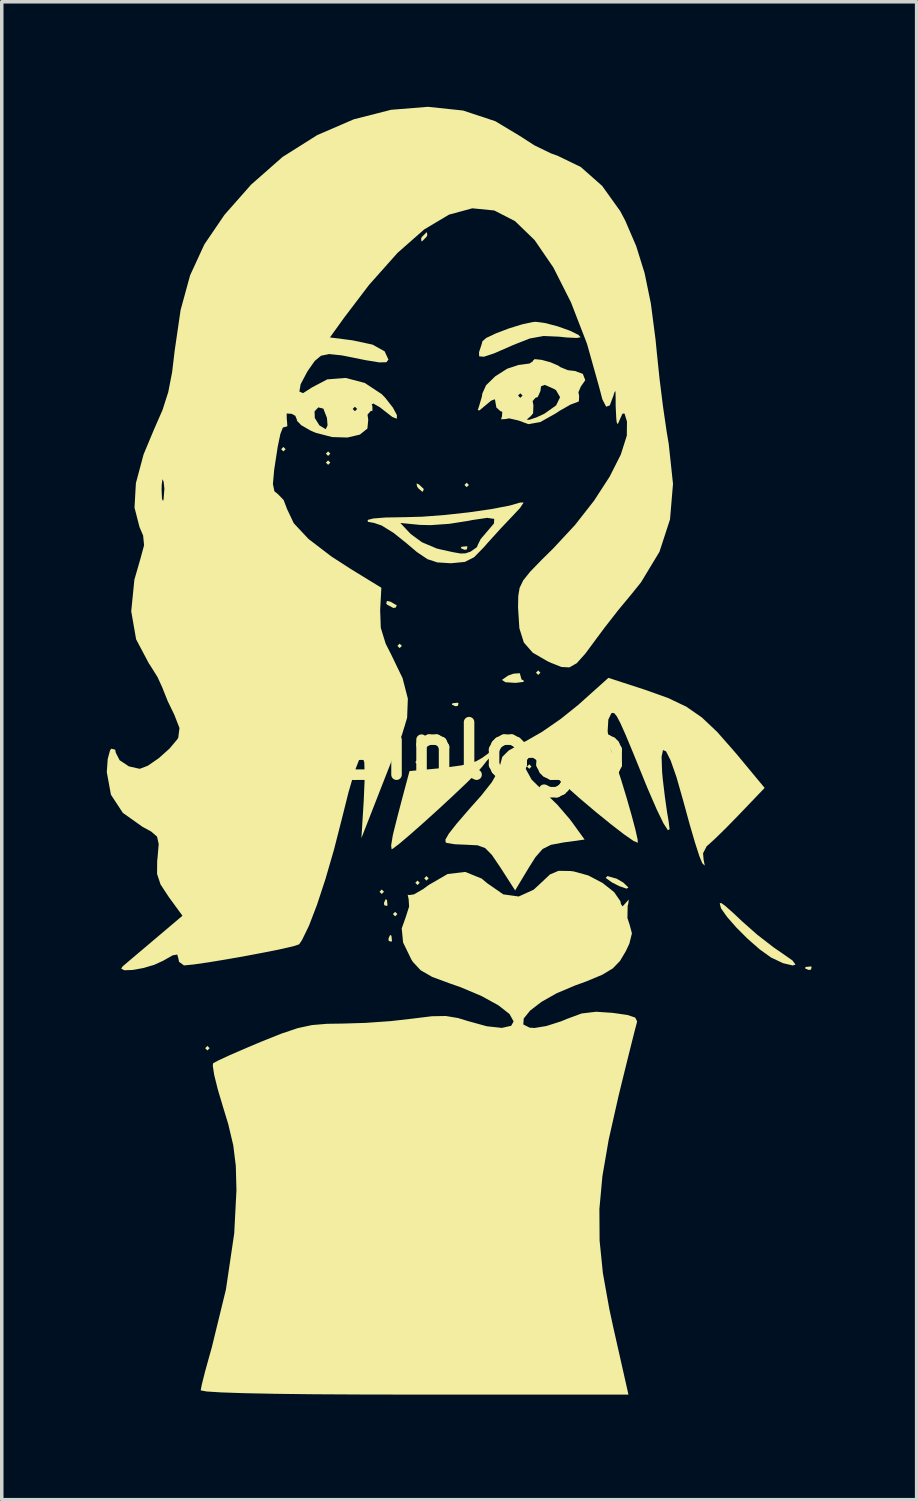
<source format=kicad_pcb>
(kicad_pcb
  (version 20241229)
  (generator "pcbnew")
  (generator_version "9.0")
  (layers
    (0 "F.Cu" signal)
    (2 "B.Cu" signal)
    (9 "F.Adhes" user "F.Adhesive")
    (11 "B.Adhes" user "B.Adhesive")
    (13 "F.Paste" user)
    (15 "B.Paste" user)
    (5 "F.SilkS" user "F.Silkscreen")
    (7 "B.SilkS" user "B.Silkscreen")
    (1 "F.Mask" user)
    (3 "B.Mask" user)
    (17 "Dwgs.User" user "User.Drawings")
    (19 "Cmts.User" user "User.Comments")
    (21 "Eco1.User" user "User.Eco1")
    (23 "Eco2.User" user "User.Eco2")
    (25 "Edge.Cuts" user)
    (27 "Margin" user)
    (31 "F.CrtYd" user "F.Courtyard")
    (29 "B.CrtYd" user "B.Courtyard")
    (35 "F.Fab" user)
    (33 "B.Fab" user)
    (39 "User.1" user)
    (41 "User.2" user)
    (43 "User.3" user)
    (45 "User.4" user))
  (footprint "mainlogo"
    (layer "F.Cu")
    (at 9.701 18.392)
    (property "Reference" "mainlogo" (at 0 0 0) (layer "F.SilkS") (effects (font (size 1.5 1.5) (thickness 0.3))))
    (attr board_only exclude_from_pos_files exclude_from_bom)
    (fp_poly (pts (xy -6.765 8.488) (xy -6.829 8.552) (xy -6.892 8.488) (xy -6.829 8.424)) (stroke (width 0) (type solid)) (fill yes) (layer "F.SilkS"))
    (fp_poly (pts (xy -4.595 -8.616) (xy -4.659 -8.552) (xy -4.723 -8.616) (xy -4.659 -8.679)) (stroke (width 0) (type solid)) (fill yes) (layer "F.SilkS"))
    (fp_poly (pts (xy -3.319 -8.488) (xy -3.382 -8.424) (xy -3.446 -8.488) (xy -3.382 -8.552)) (stroke (width 0) (type solid)) (fill yes) (layer "F.SilkS"))
    (fp_poly (pts (xy -3.319 -8.233) (xy -3.382 -8.169) (xy -3.446 -8.233) (xy -3.382 -8.296)) (stroke (width 0) (type solid)) (fill yes) (layer "F.SilkS"))
    (fp_poly (pts (xy -1.787 4.021) (xy -1.851 4.084) (xy -1.915 4.021) (xy -1.851 3.957)) (stroke (width 0) (type solid)) (fill yes) (layer "F.SilkS"))
    (fp_poly (pts (xy -1.404 4.659) (xy -1.468 4.723) (xy -1.532 4.659) (xy -1.468 4.595)) (stroke (width 0) (type solid)) (fill yes) (layer "F.SilkS"))
    (fp_poly (pts (xy -1.276 -2.999) (xy -1.34 -2.936) (xy -1.404 -2.999) (xy -1.34 -3.063)) (stroke (width 0) (type solid)) (fill yes) (layer "F.SilkS"))
    (fp_poly (pts (xy -0.766 0.319) (xy -0.83 0.383) (xy -0.893 0.319) (xy -0.83 0.255)) (stroke (width 0) (type solid)) (fill yes) (layer "F.SilkS"))
    (fp_poly (pts (xy -0.766 3.765) (xy -0.83 3.829) (xy -0.893 3.765) (xy -0.83 3.702)) (stroke (width 0) (type solid)) (fill yes) (layer "F.SilkS"))
    (fp_poly (pts (xy -0.511 3.638) (xy -0.574 3.702) (xy -0.638 3.638) (xy -0.574 3.574)) (stroke (width 0) (type solid)) (fill yes) (layer "F.SilkS"))
    (fp_poly (pts (xy 0.638 -7.594) (xy 0.574 -7.531) (xy 0.511 -7.594) (xy 0.574 -7.658)) (stroke (width 0) (type solid)) (fill yes) (layer "F.SilkS"))
    (fp_poly (pts (xy 0.766 0.191) (xy 0.702 0.255) (xy 0.638 0.191) (xy 0.702 0.128)) (stroke (width 0) (type solid)) (fill yes) (layer "F.SilkS"))
    (fp_poly (pts (xy 2.425 0.447) (xy 2.361 0.511) (xy 2.297 0.447) (xy 2.361 0.383)) (stroke (width 0) (type solid)) (fill yes) (layer "F.SilkS"))
    (fp_poly (pts (xy 2.68 -2.234) (xy 2.617 -2.17) (xy 2.553 -2.234) (xy 2.617 -2.297)) (stroke (width 0) (type solid)) (fill yes) (layer "F.SilkS"))
    (fp_poly (pts (xy -1.702 4.255) (xy -1.687 4.406) (xy -1.702 4.425) (xy -1.778 4.407) (xy -1.787 4.34) (xy -1.74 4.235)) (stroke (width 0) (type solid)) (fill yes) (layer "F.SilkS"))
    (fp_poly (pts (xy -1.574 5.276) (xy -1.559 5.427) (xy -1.574 5.446) (xy -1.65 5.428) (xy -1.659 5.361) (xy -1.613 5.256)) (stroke (width 0) (type solid)) (fill yes) (layer "F.SilkS"))
    (fp_poly (pts (xy 0.34 -1.361) (xy 0.323 -1.286) (xy 0.255 -1.276) (xy 0.15 -1.323) (xy 0.17 -1.361) (xy 0.322 -1.377)) (stroke (width 0) (type solid)) (fill yes) (layer "F.SilkS"))
    (fp_poly (pts (xy 0.596 -5.829) (xy 0.578 -5.753) (xy 0.511 -5.744) (xy 0.405 -5.79) (xy 0.425 -5.829) (xy 0.577 -5.844)) (stroke (width 0) (type solid)) (fill yes) (layer "F.SilkS"))
    (fp_poly (pts (xy 10.424 6.169) (xy 10.406 6.245) (xy 10.339 6.254) (xy 10.234 6.208) (xy 10.254 6.169) (xy 10.405 6.154)) (stroke (width 0) (type solid)) (fill yes) (layer "F.SilkS"))
    (fp_poly (pts (xy -1.602 -4.261) (xy -1.422 -4.158) (xy -1.453 -4.091) (xy -1.524 -4.084) (xy -1.697 -4.177) (xy -1.722 -4.211) (xy -1.702 -4.283)) (stroke (width 0) (type solid)) (fill yes) (layer "F.SilkS"))
    (fp_poly (pts (xy -0.786 -7.607) (xy -0.649 -7.478) (xy -0.677 -7.404) (xy -0.694 -7.403) (xy -0.802 -7.494) (xy -0.842 -7.55) (xy -0.857 -7.638)) (stroke (width 0) (type solid)) (fill yes) (layer "F.SilkS"))
    (fp_poly (pts (xy -0.551 -14.724) (xy -0.574 -14.678) (xy -0.695 -14.556) (xy -0.717 -14.551) (xy -0.726 -14.633) (xy -0.702 -14.678) (xy -0.582 -14.8) (xy -0.559 -14.806)) (stroke (width 0) (type solid)) (fill yes) (layer "F.SilkS"))
    (fp_poly (pts (xy 4.857 3.648) (xy 5.049 3.761) (xy 5.193 3.9) (xy 5.141 3.933) (xy 4.932 3.861) (xy 4.723 3.755) (xy 4.544 3.627) (xy 4.591 3.576) (xy 4.602 3.576)) (stroke (width 0) (type solid)) (fill yes) (layer "F.SilkS"))
    (fp_poly (pts (xy 2.105 -2.169) (xy 2.14 -2.042) (xy 2.201 -2.01) (xy 2.203 -1.972) (xy 2.001 -1.946) (xy 1.944 -1.944) (xy 1.681 -1.962) (xy 1.587 -2.024) (xy 1.591 -2.035) (xy 1.756 -2.15) (xy 1.913 -2.206) (xy 2.09 -2.219)) (stroke (width 0) (type solid)) (fill yes) (layer "F.SilkS"))
    (fp_poly (pts (xy 7.952 4.421) (xy 8.191 4.632) (xy 8.446 4.872) (xy 8.869 5.246) (xy 9.336 5.608) (xy 9.566 5.766) (xy 9.878 5.984) (xy 9.964 6.101) (xy 9.885 6.126) (xy 9.608 6.061) (xy 9.274 5.903) (xy 9.254 5.891) (xy 8.939 5.664) (xy 8.601 5.368) (xy 8.278 5.046) (xy 8.011 4.741) (xy 7.838 4.497) (xy 7.8 4.357) (xy 7.839 4.34)) (stroke (width 0) (type solid)) (fill yes) (layer "F.SilkS"))
    (fp_poly (pts (xy 2.828 -12.215) (xy 3.181 -12.121) (xy 3.522 -11.999) (xy 3.764 -11.881) (xy 3.829 -11.811) (xy 3.715 -11.792) (xy 3.425 -11.806) (xy 3.206 -11.829) (xy 2.771 -11.848) (xy 2.374 -11.776) (xy 1.894 -11.587) (xy 1.85 -11.567) (xy 1.361 -11.353) (xy 1.065 -11.255) (xy 0.931 -11.268) (xy 0.927 -11.386) (xy 0.944 -11.434) (xy 1.011 -11.64) (xy 1.021 -11.694) (xy 1.131 -11.791) (xy 1.41 -11.923) (xy 1.778 -12.063) (xy 2.156 -12.18) (xy 2.465 -12.247) (xy 2.548 -12.253)) (stroke (width 0) (type solid)) (fill yes) (layer "F.SilkS"))
    (fp_poly (pts (xy 1.38 0.056) (xy 1.333 0.098) (xy 1.158 0.271) (xy 1.014 0.455) (xy 0.863 0.624) (xy 0.579 0.906) (xy 0.203 1.263) (xy -0.221 1.656) (xy -0.65 2.044) (xy -1.042 2.39) (xy -1.352 2.653) (xy -1.538 2.794) (xy -1.569 2.808) (xy -1.582 2.699) (xy -1.538 2.427) (xy -1.516 2.329) (xy -1.41 1.907) (xy -1.279 1.405) (xy -1.228 1.213) (xy -1.057 0.574) (xy -0.138 0.491) (xy 0.431 0.412) (xy 0.844 0.296) (xy 1.007 0.204) (xy 1.229 0.045) (xy 1.35 0.002)) (stroke (width 0) (type solid)) (fill yes) (layer "F.SilkS"))
    (fp_poly (pts (xy 2.099 -6.938) (xy 1.915 -6.74) (xy 1.544 -6.349) (xy 1.166 -5.932) (xy 1.071 -5.822) (xy 0.787 -5.531) (xy 0.522 -5.397) (xy 0.153 -5.361) (xy 0.086 -5.361) (xy -0.263 -5.383) (xy -0.545 -5.475) (xy -0.849 -5.68) (xy -1.149 -5.935) (xy -1.518 -6.229) (xy -1.852 -6.436) (xy -2.065 -6.509) (xy -1.32 -6.509) (xy -1.024 -6.194) (xy -0.703 -5.959) (xy -0.288 -5.783) (xy -0.205 -5.761) (xy 0.184 -5.675) (xy 0.404 -5.637) (xy 0.536 -5.641) (xy 0.659 -5.681) (xy 0.692 -5.694) (xy 0.867 -5.818) (xy 0.893 -5.885) (xy 0.975 -6.05) (xy 1.149 -6.254) (xy 1.353 -6.494) (xy 1.362 -6.625) (xy 1.161 -6.655) (xy 0.736 -6.593) (xy 0.606 -6.567) (xy 0.074 -6.484) (xy -0.457 -6.447) (xy -0.756 -6.454) (xy -1.32 -6.509) (xy -2.065 -6.509) (xy -2.068 -6.51) (xy -2.247 -6.542) (xy -2.253 -6.596) (xy -2.092 -6.637) (xy -1.746 -6.665) (xy -1.289 -6.673) (xy -1.243 -6.673) (xy -0.69 -6.688) (xy -0.038 -6.738) (xy 0.642 -6.813) (xy 1.278 -6.905) (xy 1.796 -7.004) (xy 2.106 -7.093) (xy 2.201 -7.093)) (stroke (width 0) (type solid)) (fill yes) (layer "F.SilkS"))
    (fp_poly (pts (xy 2.715 -11.166) (xy 2.969 -11.097) (xy 3.188 -11.003) (xy 3.248 -10.96) (xy 3.464 -10.871) (xy 3.663 -10.849) (xy 3.891 -10.767) (xy 3.961 -10.586) (xy 3.835 -10.406) (xy 3.765 -10.24) (xy 3.785 -10.143) (xy 3.779 -9.982) (xy 3.721 -9.956) (xy 3.54 -9.889) (xy 3.244 -9.721) (xy 3.115 -9.637) (xy 2.676 -9.39) (xy 2.335 -9.331) (xy 2.054 -9.435) (xy 1.942 -9.461) (xy 2.288 -9.461) (xy 2.363 -9.455) (xy 2.568 -9.524) (xy 2.799 -9.632) (xy 3.129 -9.867) (xy 3.242 -10.1) (xy 3.127 -10.299) (xy 3.067 -10.337) (xy 2.807 -10.452) (xy 2.698 -10.412) (xy 2.68 -10.275) (xy 2.604 -10.105) (xy 2.539 -10.083) (xy 2.457 -9.989) (xy 2.48 -9.87) (xy 2.471 -9.64) (xy 2.398 -9.553) (xy 2.288 -9.461) (xy 1.942 -9.461) (xy 1.787 -9.496) (xy 1.682 -9.476) (xy 1.555 -9.469) (xy 1.582 -9.551) (xy 1.591 -9.684) (xy 1.539 -9.701) (xy 1.423 -9.805) (xy 1.404 -9.912) (xy 1.381 -10.041) (xy 1.272 -10.001) (xy 1.127 -9.88) (xy 0.937 -9.722) (xy 0.892 -9.734) (xy 0.936 -9.87) (xy 1.008 -10.114) (xy 1.013 -10.147) (xy 2.042 -10.147) (xy 2.106 -10.083) (xy 2.17 -10.147) (xy 2.106 -10.211) (xy 2.042 -10.147) (xy 1.013 -10.147) (xy 1.021 -10.203) (xy 1.128 -10.441) (xy 1.393 -10.699) (xy 1.732 -10.914) (xy 2.063 -11.023) (xy 2.103 -11.026) (xy 2.37 -11.062) (xy 2.47 -11.13) (xy 2.466 -11.142) (xy 2.516 -11.188)) (stroke (width 0) (type solid)) (fill yes) (layer "F.SilkS"))
    (fp_poly (pts (xy 5.661 -1.748) (xy 6.325 -1.511) (xy 6.845 -1.264) (xy 7.29 -0.956) (xy 7.73 -0.54) (xy 8.234 0.034) (xy 8.301 0.113) (xy 9.083 1.056) (xy 8.339 1.833) (xy 7.976 2.205) (xy 7.666 2.508) (xy 7.462 2.694) (xy 7.429 2.719) (xy 7.324 2.922) (xy 7.34 3.105) (xy 7.373 3.276) (xy 7.313 3.219) (xy 7.295 3.191) (xy 7.217 2.999) (xy 7.093 2.614) (xy 6.94 2.09) (xy 6.774 1.483) (xy 6.762 1.438) (xy 6.566 0.75) (xy 6.399 0.272) (xy 6.268 0.012) (xy 6.18 -0.025) (xy 6.14 0.169) (xy 6.155 0.601) (xy 6.175 0.816) (xy 6.234 1.307) (xy 6.297 1.754) (xy 6.336 1.978) (xy 6.369 2.236) (xy 6.321 2.264) (xy 6.196 2.072) (xy 6 1.668) (xy 5.738 1.064) (xy 5.624 0.785) (xy 5.332 0.067) (xy 5.118 -0.447) (xy 4.967 -0.787) (xy 4.863 -0.985) (xy 4.791 -1.075) (xy 4.734 -1.087) (xy 4.704 -1.073) (xy 4.619 -0.894) (xy 4.6 -0.569) (xy 4.646 -0.198) (xy 4.712 0.026) (xy 4.836 0.368) (xy 4.984 0.821) (xy 5.137 1.324) (xy 5.278 1.816) (xy 5.39 2.237) (xy 5.455 2.526) (xy 5.461 2.622) (xy 5.343 2.573) (xy 5.076 2.388) (xy 4.702 2.1) (xy 4.263 1.744) (xy 3.8 1.352) (xy 3.357 0.96) (xy 3.027 0.653) (xy 2.685 0.34) (xy 2.471 0.197) (xy 2.344 0.2) (xy 2.302 0.249) (xy 2.258 0.507) (xy 2.429 0.82) (xy 2.825 1.207) (xy 2.825 1.208) (xy 3.165 1.538) (xy 3.508 1.936) (xy 3.587 2.04) (xy 3.942 2.531) (xy 3.337 2.614) (xy 2.981 2.681) (xy 2.742 2.801) (xy 2.536 3.037) (xy 2.345 3.34) (xy 1.958 3.983) (xy 1.54 3.332) (xy 1.294 2.969) (xy 1.102 2.774) (xy 0.886 2.695) (xy 0.582 2.68) (xy 0.233 2.665) (xy 0.005 2.627) (xy -0.027 2.61) (xy -0.031 2.528) (xy 0.068 2.358) (xy 0.29 2.076) (xy 0.655 1.653) (xy 0.989 1.278) (xy 1.29 0.897) (xy 1.487 0.554) (xy 1.538 0.37) (xy 1.591 0.17) (xy 1.774 -0.011) (xy 2.137 -0.218) (xy 2.272 -0.284) (xy 2.729 -0.546) (xy 3.261 -0.914) (xy 3.759 -1.313) (xy 3.81 -1.359) (xy 4.621 -2.086)) (stroke (width 0) (type solid)) (fill yes) (layer "F.SilkS"))
    (fp_poly (pts (xy 3.532 3.429) (xy 3.631 3.441) (xy 4.044 3.555) (xy 4.453 3.769) (xy 4.784 4.031) (xy 4.965 4.292) (xy 4.98 4.373) (xy 5.027 4.439) (xy 5.116 4.34) (xy 5.203 4.243) (xy 5.189 4.364) (xy 5.171 4.431) (xy 5.165 4.773) (xy 5.23 4.971) (xy 5.293 5.208) (xy 5.22 5.503) (xy 5.121 5.714) (xy 4.952 5.998) (xy 4.747 6.21) (xy 4.447 6.391) (xy 3.991 6.581) (xy 3.677 6.695) (xy 3.145 6.919) (xy 2.706 7.168) (xy 2.384 7.417) (xy 2.204 7.64) (xy 2.191 7.81) (xy 2.371 7.902) (xy 2.511 7.911) (xy 2.848 7.856) (xy 3.271 7.721) (xy 3.437 7.652) (xy 3.857 7.497) (xy 4.269 7.448) (xy 4.748 7.48) (xy 5.171 7.541) (xy 5.386 7.614) (xy 5.441 7.72) (xy 5.431 7.771) (xy 5.38 7.962) (xy 5.281 8.354) (xy 5.146 8.896) (xy 4.987 9.54) (xy 4.902 9.892) (xy 4.629 11.103) (xy 4.45 12.144) (xy 4.364 13.081) (xy 4.37 13.981) (xy 4.464 14.911) (xy 4.648 15.937) (xy 4.755 16.433) (xy 5.194 18.38) (xy -0.913 18.38) (xy -2.453 18.377) (xy -3.783 18.37) (xy -4.894 18.357) (xy -5.781 18.339) (xy -6.435 18.317) (xy -6.849 18.291) (xy -7.017 18.26) (xy -7.02 18.254) (xy -6.986 18.082) (xy -6.897 17.728) (xy -6.767 17.258) (xy -6.706 17.043) (xy -6.3 15.379) (xy -6.063 13.778) (xy -5.999 12.54) (xy -6.018 11.848) (xy -6.09 11.262) (xy -6.234 10.655) (xy -6.378 10.182) (xy -6.531 9.67) (xy -6.635 9.251) (xy -6.676 8.984) (xy -6.665 8.919) (xy -6.516 8.838) (xy -6.183 8.684) (xy -5.72 8.483) (xy -5.309 8.31) (xy -4.704 8.068) (xy -4.244 7.914) (xy -3.842 7.828) (xy -3.414 7.792) (xy -2.985 7.786) (xy -2.319 7.766) (xy -1.594 7.715) (xy -0.97 7.644) (xy -0.421 7.576) (xy -0.022 7.569) (xy 0.327 7.627) (xy 0.59 7.708) (xy 1.148 7.862) (xy 1.579 7.909) (xy 1.845 7.849) (xy 1.915 7.724) (xy 1.798 7.513) (xy 1.479 7.263) (xy 0.999 6.999) (xy 0.402 6.747) (xy 0.101 6.642) (xy -0.41 6.453) (xy -0.741 6.262) (xy -0.961 6.025) (xy -1.004 5.958) (xy -1.241 5.47) (xy -1.28 5.067) (xy -1.165 4.745) (xy -1.069 4.444) (xy -1.082 4.238) (xy -1.11 4.104) (xy -1.074 4.117) (xy -0.932 4.097) (xy -0.671 3.947) (xy -0.506 3.826) (xy 0.03 3.515) (xy 0.535 3.455) (xy 1.002 3.645) (xy 1.165 3.781) (xy 1.62 4.096) (xy 2.06 4.157) (xy 2.486 3.963) (xy 2.676 3.788) (xy 2.952 3.528) (xy 3.196 3.424)) (stroke (width 0) (type solid)) (fill yes) (layer "F.SilkS"))
    (fp_poly (pts (xy 0.472 -18.286) (xy 1.395 -17.98) (xy 2.069 -17.575) (xy 2.507 -17.293) (xy 2.981 -17.062) (xy 3.167 -16.996) (xy 3.832 -16.674) (xy 4.443 -16.134) (xy 4.959 -15.414) (xy 5.102 -15.143) (xy 5.416 -14.413) (xy 5.655 -13.645) (xy 5.834 -12.774) (xy 5.969 -11.735) (xy 6.005 -11.364) (xy 6.082 -10.625) (xy 6.18 -9.837) (xy 6.285 -9.117) (xy 6.344 -8.766) (xy 6.466 -7.626) (xy 6.381 -6.611) (xy 6.079 -5.685) (xy 5.552 -4.813) (xy 5.273 -4.467) (xy 4.904 -4.022) (xy 4.507 -3.513) (xy 4.304 -3.24) (xy 3.964 -2.78) (xy 3.717 -2.504) (xy 3.507 -2.385) (xy 3.28 -2.397) (xy 2.98 -2.516) (xy 2.873 -2.566) (xy 2.46 -2.806) (xy 2.207 -3.096) (xy 2.079 -3.502) (xy 2.042 -4.088) (xy 2.042 -4.13) (xy 2.048 -4.427) (xy 2.086 -4.655) (xy 2.188 -4.868) (xy 2.386 -5.116) (xy 2.712 -5.453) (xy 3.048 -5.784) (xy 3.669 -6.452) (xy 4.213 -7.147) (xy 4.656 -7.83) (xy 4.975 -8.461) (xy 5.147 -9.002) (xy 5.152 -9.404) (xy 5.083 -9.632) (xy 5.024 -9.632) (xy 4.966 -9.504) (xy 4.888 -9.327) (xy 4.857 -9.389) (xy 4.845 -9.509) (xy 4.829 -9.846) (xy 4.828 -10.083) (xy 4.823 -10.279) (xy 4.79 -10.231) (xy 4.766 -10.147) (xy 4.661 -9.866) (xy 4.557 -9.829) (xy 4.449 -10.04) (xy 4.346 -10.43) (xy 4.011 -11.624) (xy 3.554 -12.806) (xy 3.05 -13.804) (xy 2.515 -14.586) (xy 1.954 -15.129) (xy 1.362 -15.432) (xy 0.736 -15.494) (xy 0.07 -15.313) (xy -0.641 -14.889) (xy -1.4 -14.221) (xy -2.213 -13.307) (xy -2.917 -12.381) (xy -3.33 -11.807) (xy -2.684 -11.724) (xy -2.115 -11.602) (xy -1.769 -11.411) (xy -1.659 -11.174) (xy -1.718 -11.099) (xy -1.922 -11.094) (xy -2.317 -11.159) (xy -2.457 -11.187) (xy -2.997 -11.295) (xy -3.352 -11.332) (xy -3.586 -11.284) (xy -3.764 -11.135) (xy -3.95 -10.87) (xy -3.984 -10.816) (xy -4.167 -10.47) (xy -4.202 -10.261) (xy -4.097 -10.216) (xy -3.862 -10.367) (xy -3.854 -10.374) (xy -3.407 -10.609) (xy -2.877 -10.65) (xy -2.335 -10.507) (xy -1.853 -10.189) (xy -1.755 -10.088) (xy -1.534 -9.806) (xy -1.418 -9.591) (xy -1.419 -9.486) (xy -1.548 -9.535) (xy -1.627 -9.597) (xy -1.904 -9.813) (xy -2.09 -9.919) (xy -2.14 -9.892) (xy -2.118 -9.848) (xy -2.115 -9.717) (xy -2.171 -9.701) (xy -2.257 -9.602) (xy -2.236 -9.453) (xy -2.26 -9.204) (xy -2.476 -9.032) (xy -2.83 -8.949) (xy -3.268 -8.962) (xy -3.736 -9.084) (xy -3.883 -9.147) (xy -4.152 -9.303) (xy -4.273 -9.429) (xy -4.271 -9.453) (xy -4.319 -9.569) (xy -4.42 -9.625) (xy -4.566 -9.635) (xy -4.562 -9.459) (xy -4.558 -9.447) (xy -4.546 -9.27) (xy -4.596 -9.255) (xy -4.672 -9.235) (xy -4.744 -9.056) (xy -4.821 -8.688) (xy -4.911 -8.1) (xy -4.924 -8.011) (xy -4.958 -7.62) (xy -4.915 -7.412) (xy -4.815 -7.333) (xy -4.652 -7.164) (xy -4.552 -6.901) (xy -4.363 -6.502) (xy -3.944 -6.054) (xy -3.288 -5.552) (xy -2.75 -5.204) (xy -1.862 -4.659) (xy -1.896 -4.019) (xy -1.878 -3.515) (xy -1.739 -3.063) (xy -1.588 -2.766) (xy -1.256 -2.078) (xy -1.105 -1.493) (xy -1.126 -0.946) (xy -1.273 -0.461) (xy -1.44 -0.039) (xy -1.662 0.522) (xy -1.898 1.124) (xy -1.982 1.34) (xy -2.431 2.489) (xy -2.364 1.404) (xy -2.336 0.74) (xy -2.349 0.327) (xy -2.403 0.165) (xy -2.496 0.253) (xy -2.628 0.59) (xy -2.798 1.175) (xy -2.984 1.917) (xy -3.213 2.815) (xy -3.457 3.656) (xy -3.7 4.396) (xy -3.929 4.993) (xy -4.129 5.403) (xy -4.21 5.522) (xy -4.353 5.571) (xy -4.689 5.65) (xy -5.161 5.746) (xy -5.708 5.85) (xy -6.274 5.95) (xy -6.799 6.037) (xy -7.224 6.098) (xy -7.492 6.124) (xy -7.499 6.124) (xy -7.638 6.023) (xy -7.658 5.925) (xy -7.69 5.814) (xy -7.821 5.837) (xy -8.088 5.989) (xy -8.35 6.109) (xy -8.666 6.201) (xy -8.971 6.255) (xy -9.201 6.263) (xy -9.292 6.214) (xy -9.247 6.151) (xy -9.098 6.024) (xy -8.809 5.779) (xy -8.436 5.464) (xy -8.334 5.377) (xy -7.541 4.706) (xy -7.931 4.172) (xy -8.167 3.812) (xy -8.266 3.513) (xy -8.263 3.149) (xy -8.251 3.031) (xy -8.219 2.66) (xy -8.266 2.448) (xy -8.438 2.299) (xy -8.675 2.172) (xy -9.243 1.769) (xy -9.583 1.251) (xy -9.7 0.614) (xy -9.701 0.594) (xy -9.675 0.229) (xy -9.609 -0.017) (xy -9.573 -0.064) (xy -9.463 -0.036) (xy -9.445 0.052) (xy -9.335 0.266) (xy -9.071 0.441) (xy -8.761 0.511) (xy -8.532 0.424) (xy -8.221 0.21) (xy -7.912 -0.065) (xy -7.687 -0.333) (xy -7.661 -0.377) (xy -7.626 -0.654) (xy -7.774 -1.034) (xy -7.958 -1.413) (xy -8.097 -1.759) (xy -8.106 -1.787) (xy -8.253 -2.109) (xy -8.475 -2.463) (xy -8.495 -2.489) (xy -8.864 -3.186) (xy -9.004 -3.988) (xy -8.914 -4.888) (xy -8.734 -5.514) (xy -8.637 -5.872) (xy -8.664 -6.15) (xy -8.767 -6.391) (xy -8.91 -6.947) (xy -8.881 -7.467) (xy -8.137 -7.467) (xy -8.126 -7.204) (xy -8.097 -7.136) (xy -8.081 -7.178) (xy -8.057 -7.485) (xy -8.079 -7.689) (xy -8.112 -7.759) (xy -8.133 -7.606) (xy -8.137 -7.467) (xy -8.881 -7.467) (xy -8.87 -7.648) (xy -8.651 -8.467) (xy -8.357 -9.171) (xy -8.128 -9.695) (xy -3.769 -9.695) (xy -3.762 -9.507) (xy -3.631 -9.296) (xy -3.456 -9.19) (xy -3.448 -9.19) (xy -3.398 -9.296) (xy -3.415 -9.509) (xy -3.514 -9.764) (xy -2.68 -9.764) (xy -2.617 -9.701) (xy -2.553 -9.764) (xy -2.617 -9.828) (xy -2.68 -9.764) (xy -3.514 -9.764) (xy -3.517 -9.774) (xy -3.662 -9.809) (xy -3.769 -9.695) (xy -8.128 -9.695) (xy -8.111 -9.733) (xy -7.947 -10.245) (xy -7.836 -10.816) (xy -7.764 -11.424) (xy -7.594 -12.591) (xy -7.322 -13.582) (xy -6.915 -14.465) (xy -6.341 -15.308) (xy -5.582 -16.169) (xy -4.683 -16.96) (xy -3.694 -17.584) (xy -2.65 -18.035) (xy -1.584 -18.307) (xy -0.532 -18.392)) (stroke (width 0) (type solid)) (fill yes) (layer "F.SilkS")))
  (gr_rect
    (start -3 -3)
    (end 23.124 39.772)
    (stroke (width 0.1) (type default))
    (fill no)
    (layer "Edge.Cuts")))
</source>
